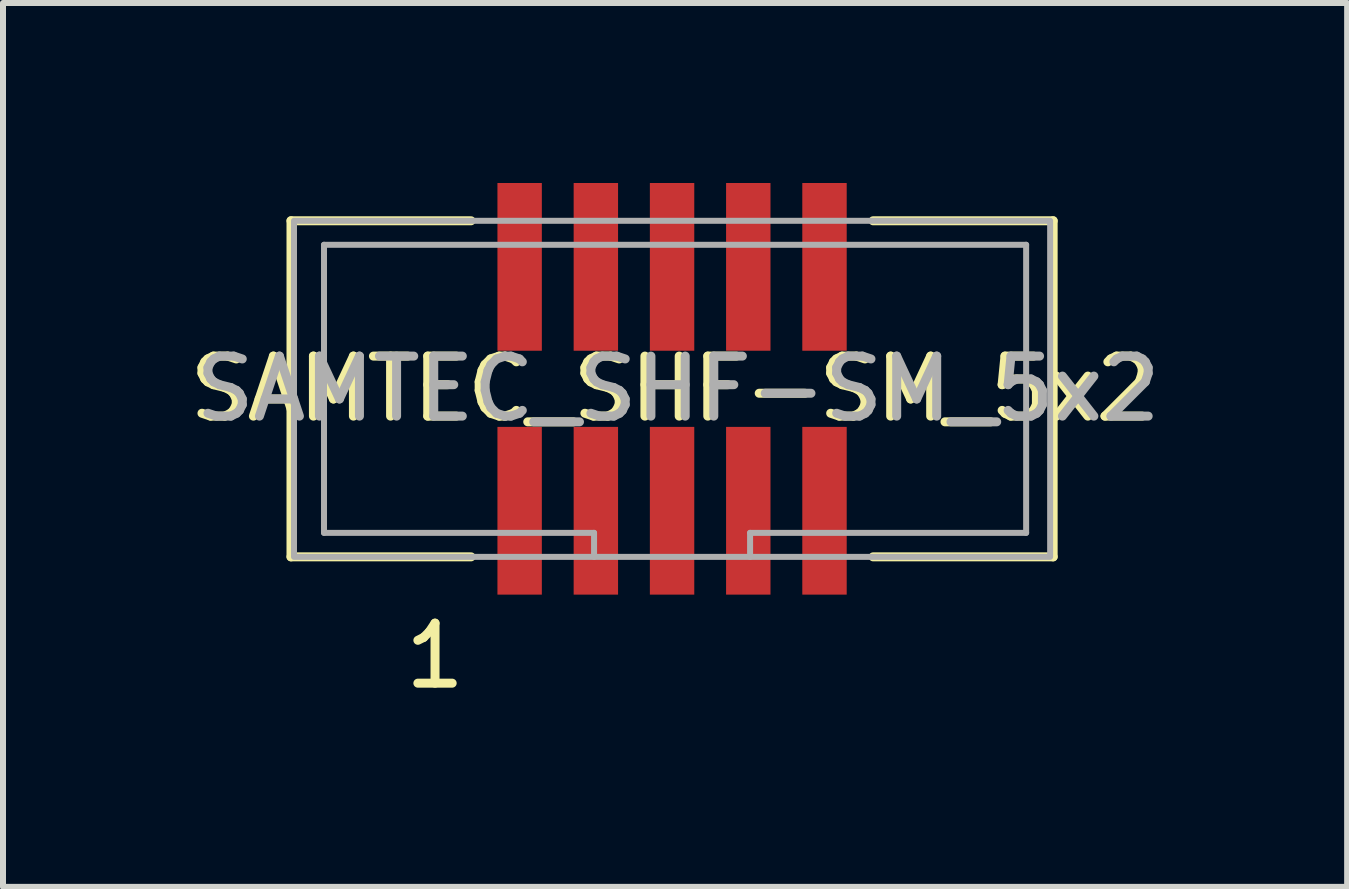
<source format=kicad_pcb>
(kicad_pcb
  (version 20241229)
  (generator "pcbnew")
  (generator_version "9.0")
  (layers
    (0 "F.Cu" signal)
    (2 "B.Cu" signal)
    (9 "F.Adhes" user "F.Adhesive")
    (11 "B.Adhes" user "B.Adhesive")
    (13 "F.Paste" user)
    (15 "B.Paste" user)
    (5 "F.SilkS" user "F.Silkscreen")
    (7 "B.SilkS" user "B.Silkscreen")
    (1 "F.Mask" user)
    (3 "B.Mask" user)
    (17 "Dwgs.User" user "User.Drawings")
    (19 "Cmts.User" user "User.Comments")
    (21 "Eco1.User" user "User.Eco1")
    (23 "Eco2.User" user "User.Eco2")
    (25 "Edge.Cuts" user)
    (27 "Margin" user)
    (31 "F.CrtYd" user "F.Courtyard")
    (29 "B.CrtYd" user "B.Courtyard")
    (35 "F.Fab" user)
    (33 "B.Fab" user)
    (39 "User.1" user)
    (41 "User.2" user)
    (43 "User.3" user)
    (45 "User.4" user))
  (footprint "SAMTEC_SHF-SM_5x2"
    (layer "F.Cu")
    (at 8.149 3.429)
    (property "Reference" "SAMTEC_SHF-SM_5x2" (at 0 0 0) (layer "F.SilkS") (effects (font (size 1 1) (thickness 0.15))))
    (attr smd)
    (fp_line (start -6.35 -2.8) (end -6.35 2.8) (stroke (width 0.15) (type solid)) (layer "F.SilkS"))
    (fp_line (start -6.35 -2.8) (end -3.35 -2.8) (stroke (width 0.15) (type solid)) (layer "F.SilkS"))
    (fp_line (start -6.35 2.8) (end -3.35 2.8) (stroke (width 0.15) (type solid)) (layer "F.SilkS"))
    (fp_line (start 6.35 -2.8) (end 3.35 -2.8) (stroke (width 0.15) (type solid)) (layer "F.SilkS"))
    (fp_line (start 6.35 2.8) (end 3.35 2.8) (stroke (width 0.15) (type solid)) (layer "F.SilkS"))
    (fp_line (start 6.35 2.8) (end 6.35 -2.8) (stroke (width 0.15) (type solid)) (layer "F.SilkS"))
    (fp_line (start -5.8 -2.4) (end -5.8 2.3) (stroke (width 0.1) (type default)) (layer "F.Fab"))
    (fp_line (start -5.8 2.3) (end -5.8 2.4) (stroke (width 0.1) (type default)) (layer "F.Fab"))
    (fp_line (start -5.8 2.4) (end -1.3 2.4) (stroke (width 0.1) (type default)) (layer "F.Fab"))
    (fp_line (start -1.3 2.4) (end -1.3 2.8) (stroke (width 0.1) (type default)) (layer "F.Fab"))
    (fp_line (start 1.3 2.4) (end 5.9 2.4) (stroke (width 0.1) (type default)) (layer "F.Fab"))
    (fp_line (start 1.3 2.8) (end 1.3 2.4) (stroke (width 0.1) (type default)) (layer "F.Fab"))
    (fp_line (start 5.9 -2.4) (end -5.8 -2.4) (stroke (width 0.1) (type default)) (layer "F.Fab"))
    (fp_line (start 5.9 2.4) (end 5.9 -2.4) (stroke (width 0.1) (type default)) (layer "F.Fab"))
    (fp_rect (start -6.3 -2.8) (end 6.3 2.8) (stroke (width 0.1) (type default)) (fill no) (layer "F.Fab"))
    (fp_text user "1" (at -3.95 4.45 0) (layer "F.SilkS") (effects (font (size 1 1) (thickness 0.15))))
    (fp_text user "${REFERENCE}" (at 0.1 0 0) (unlocked yes) (layer "F.Fab") (effects (font (size 1 1) (thickness 0.15))))
    (pad "1" smd rect (at -2.54 2.032) (size 0.74 2.795) (layers "F.Cu" "F.Mask" "F.Paste"))
    (pad "2" smd rect (at -2.54 -2.032) (size 0.74 2.795) (layers "F.Cu" "F.Mask" "F.Paste"))
    (pad "3" smd rect (at -1.27 2.032) (size 0.74 2.795) (layers "F.Cu" "F.Mask" "F.Paste"))
    (pad "4" smd rect (at -1.27 -2.032) (size 0.74 2.795) (layers "F.Cu" "F.Mask" "F.Paste"))
    (pad "5" smd rect (at 0 2.032) (size 0.74 2.795) (layers "F.Cu" "F.Mask" "F.Paste"))
    (pad "6" smd rect (at 0 -2.032) (size 0.74 2.795) (layers "F.Cu" "F.Mask" "F.Paste"))
    (pad "7" smd rect (at 1.27 2.032) (size 0.74 2.795) (layers "F.Cu" "F.Mask" "F.Paste"))
    (pad "8" smd rect (at 1.27 -2.032) (size 0.74 2.795) (layers "F.Cu" "F.Mask" "F.Paste"))
    (pad "9" smd rect (at 2.54 2.032) (size 0.74 2.795) (layers "F.Cu" "F.Mask" "F.Paste"))
    (pad "10" smd rect (at 2.54 -2.032) (size 0.74 2.795) (layers "F.Cu" "F.Mask" "F.Paste")))
  (gr_rect
    (start -3 -3)
    (end 19.398 11.728)
    (stroke (width 0.1) (type default))
    (fill no)
    (layer "Edge.Cuts")))
</source>
